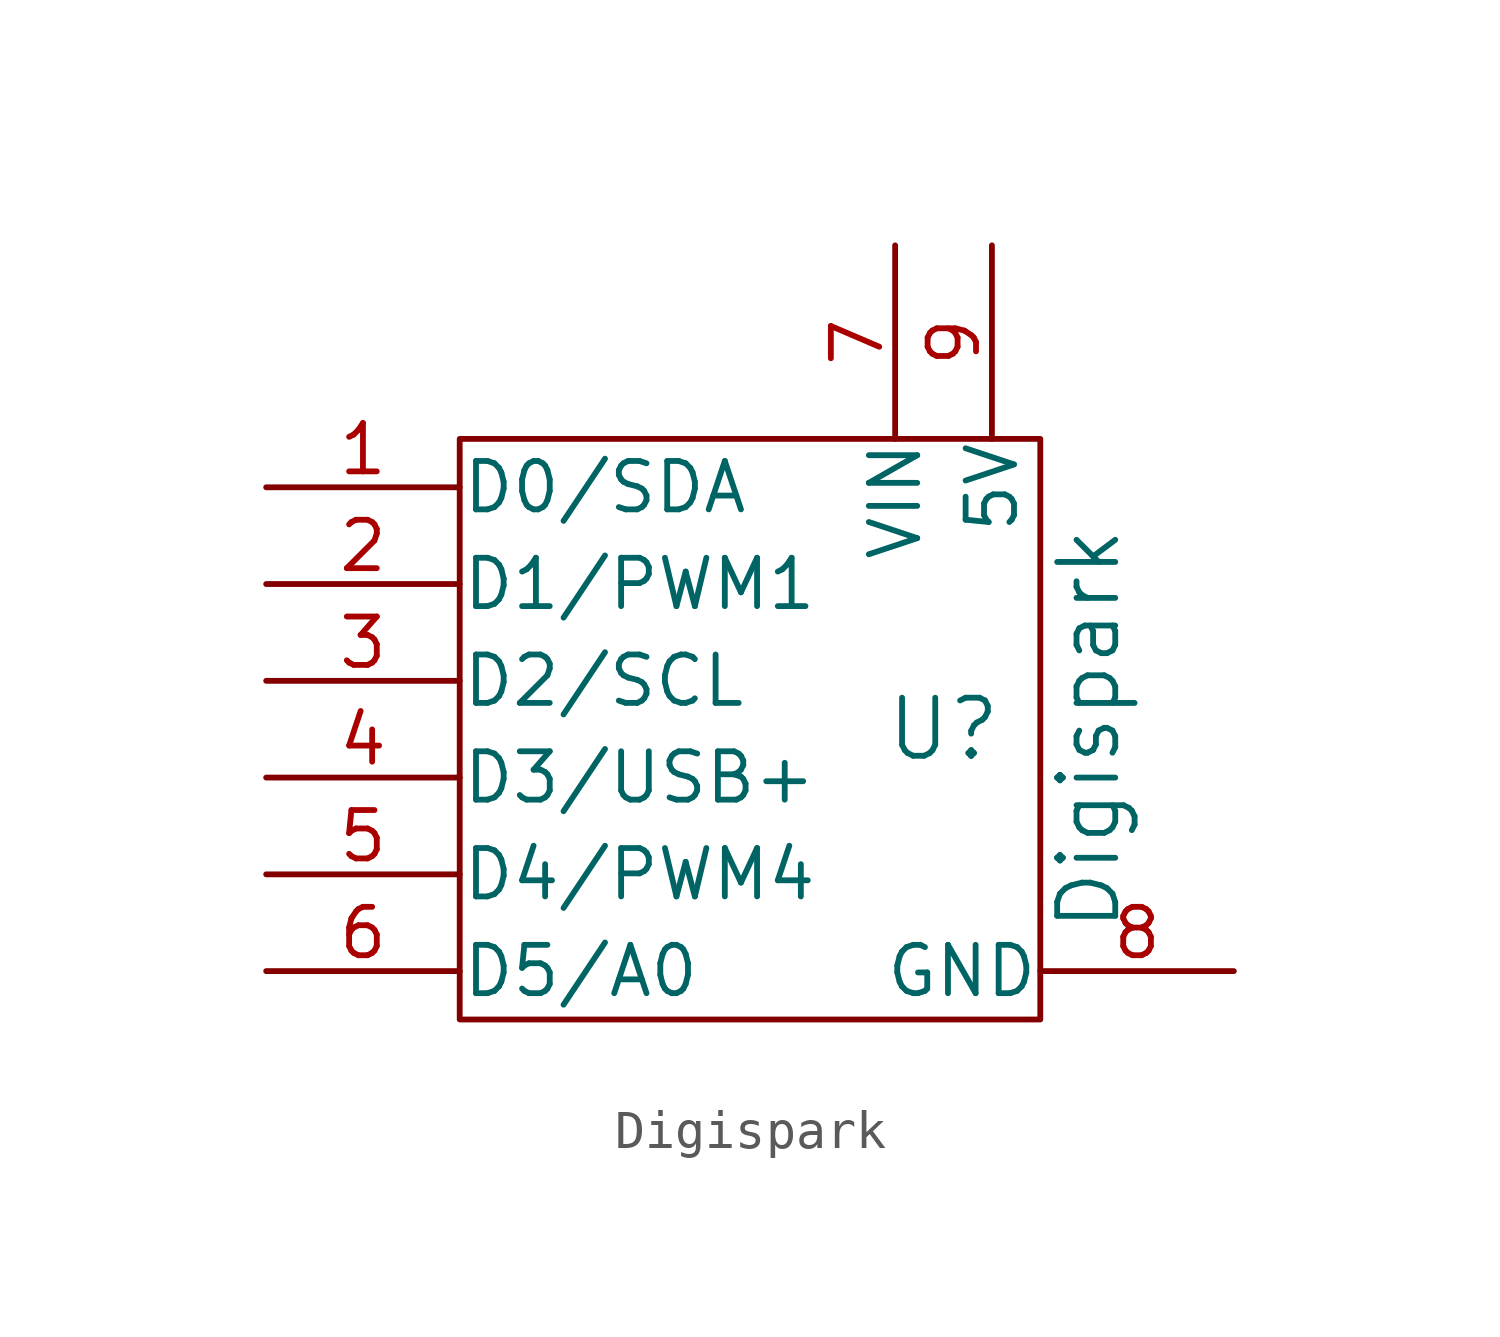
<source format=kicad_sym>
(kicad_symbol_lib
  (version 20241209)
  (generator "kicad_symbol_editor")
  (generator_version "9.0")
  (symbol "Digispark"
    (pin_names
      (offset 0.025))
    (property "Reference" "U"
      (at 5.08 0 0)
      (effects (font (size 1.524 1.524))))
    (property "Value" "Digispark"
      (at 8.89 0 90)
      (effects (font (size 1.524 1.524))))
    (symbol "Digispark_0_1"
      (rectangle (start -7.62 7.62) (end 7.62 -7.62) (stroke (width 0) (type solid)) (fill (type none))))
    (symbol "Digispark_1_1"
      (pin bidirectional line (at -12.7 6.35 0) (length 5.08) (name "D0/SDA" (effects (font (size 1.27 1.27)))) (number "1" (effects (font (size 1.27 1.27)))))
      (pin bidirectional line (at -12.7 3.81 0) (length 5.08) (name "D1/PWM1" (effects (font (size 1.27 1.27)))) (number "2" (effects (font (size 1.27 1.27)))))
      (pin bidirectional line (at -12.7 1.27 0) (length 5.08) (name "D2/SCL" (effects (font (size 1.27 1.27)))) (number "3" (effects (font (size 1.27 1.27)))))
      (pin bidirectional line (at -12.7 -1.27 0) (length 5.08) (name "D3/USB+" (effects (font (size 1.27 1.27)))) (number "4" (effects (font (size 1.27 1.27)))))
      (pin bidirectional line (at -12.7 -3.81 0) (length 5.08) (name "D4/PWM4" (effects (font (size 1.27 1.27)))) (number "5" (effects (font (size 1.27 1.27)))))
      (pin bidirectional line (at -12.7 -6.35 0) (length 5.08) (name "D5/A0" (effects (font (size 1.27 1.27)))) (number "6" (effects (font (size 1.27 1.27)))))
      (pin power_in line (at 3.81 12.7 270) (length 5.08) (name "VIN" (effects (font (size 1.27 1.27)))) (number "7" (effects (font (size 1.27 1.27)))))
      (pin power_in line (at 6.35 12.7 270) (length 5.08) (name "5V" (effects (font (size 1.27 1.27)))) (number "9" (effects (font (size 1.27 1.27)))))
      (pin power_in line (at 12.7 -6.35 180) (length 5.08) (name "GND" (effects (font (size 1.27 1.27)))) (number "8" (effects (font (size 1.27 1.27))))))))
</source>
